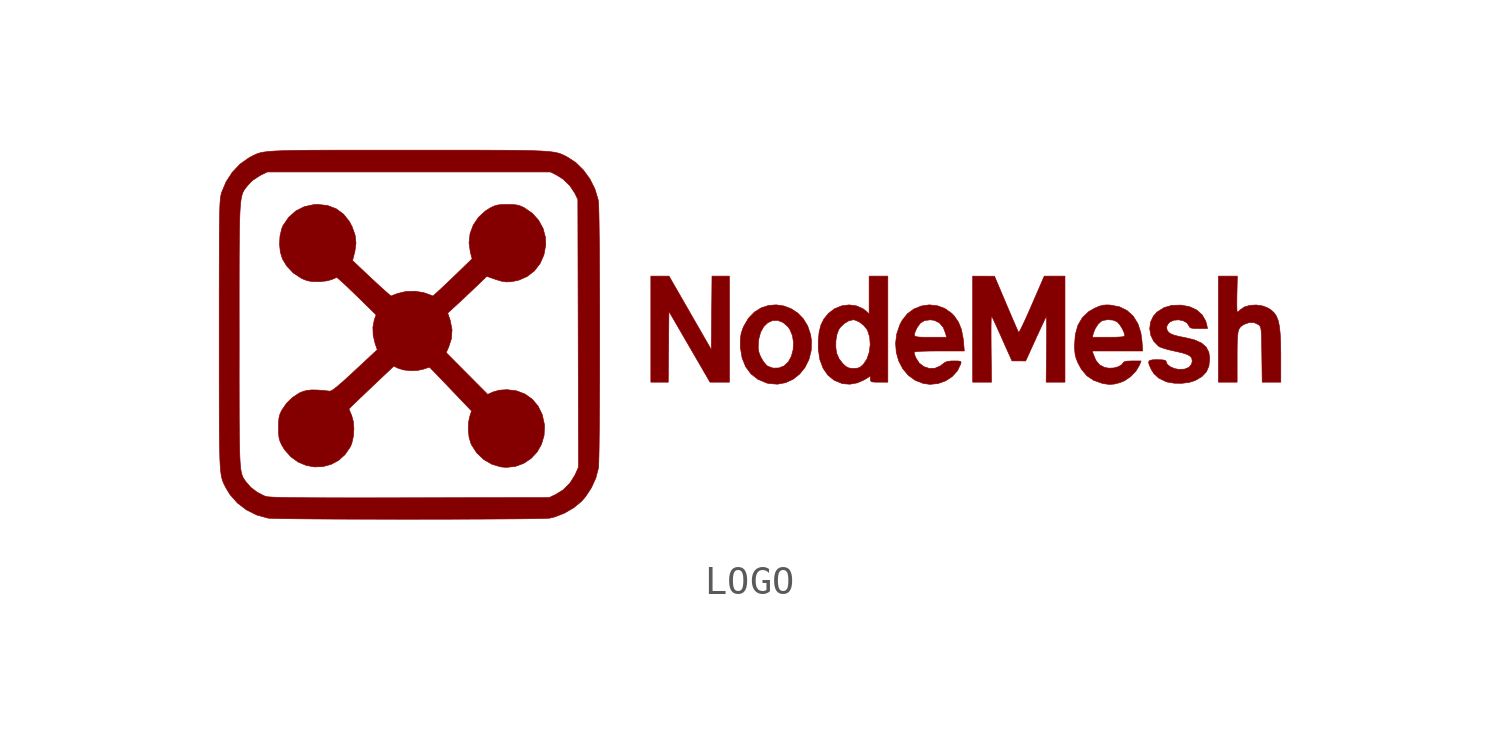
<source format=kicad_sym>
(kicad_symbol_lib
  (version 20220914)
  (generator "bitmap2component")
  (generator_version "9.0")
  (symbol "LOGO"
    (pin_names
      (offset 1.016))
    (property "Reference" "#G"
      (at 0 21.904 0)
      (effects (font (size 1.27 1.27)) hide))
    (symbol "LOGO_0_0"
      (polyline (pts (xy -10.906 -6.157) (xy -10.338 -6.157) (xy -9.787 -6.155) (xy -9.26 -6.153) (xy -8.765 -6.15) (xy -8.308 -6.147) (xy -7.897 -6.144) (xy -7.539 -6.14) (xy -7.24 -6.135) (xy -7.009 -6.13) (xy -6.851 -6.124) (xy -6.774 -6.118) (xy -6.597 -6.074) (xy -6.258 -5.941) (xy -5.936 -5.754) (xy -5.666 -5.532) (xy -5.517 -5.362) (xy -5.31 -5.047) (xy -5.154 -4.702) (xy -5.064 -4.358) (xy -5.058 -4.3) (xy -5.051 -4.149) (xy -5.045 -3.923) (xy -5.039 -3.629) (xy -5.035 -3.274) (xy -5.03 -2.867) (xy -5.027 -2.414) (xy -5.024 -1.923) (xy -5.021 -1.401) (xy -5.019 -0.856) (xy -5.019 -0.295) (xy -5.018 0.274) (xy -5.018 0.844) (xy -5.019 1.408) (xy -5.021 1.958) (xy -5.023 2.487) (xy -5.026 2.987) (xy -5.029 3.451) (xy -5.034 3.872) (xy -5.039 4.242) (xy -5.044 4.553) (xy -5.05 4.798) (xy -5.057 4.971) (xy -5.064 5.062) (xy -5.078 5.137) (xy -5.188 5.5) (xy -5.363 5.847) (xy -5.591 6.162) (xy -5.859 6.426) (xy -6.154 6.62) (xy -6.184 6.636) (xy -6.254 6.672) (xy -6.32 6.704) (xy -6.387 6.732) (xy -6.461 6.757) (xy -6.545 6.778) (xy -6.646 6.797) (xy -6.768 6.813) (xy -6.917 6.826) (xy -7.098 6.837) (xy -7.316 6.846) (xy -7.575 6.853) (xy -7.882 6.858) (xy -8.241 6.862) (xy -8.657 6.864) (xy -9.136 6.866) (xy -9.682 6.867) (xy -10.3 6.867) (xy -10.997 6.867) (xy -11.777 6.867) (xy -12.169 6.867) (xy -12.903 6.867) (xy -13.558 6.867) (xy -14.137 6.867) (xy -14.645 6.866) (xy -15.089 6.864) (xy -15.473 6.861) (xy -15.802 6.856) (xy -16.082 6.851) (xy -16.317 6.843) (xy -16.512 6.834) (xy -16.673 6.822) (xy -16.805 6.808) (xy -16.914 6.792) (xy -17.003 6.772) (xy -17.078 6.75) (xy -17.145 6.724) (xy -17.208 6.694) (xy -17.273 6.661) (xy -17.344 6.624) (xy -17.398 6.595) (xy -17.71 6.374) (xy -17.982 6.087) (xy -18.202 5.75) (xy -18.357 5.38) (xy -18.363 5.36) (xy -18.377 5.312) (xy -18.388 5.26) (xy -18.398 5.198) (xy -18.407 5.12) (xy -18.415 5.022) (xy -18.422 4.898) (xy -18.427 4.744) (xy -18.432 4.553) (xy -18.435 4.321) (xy -18.438 4.042) (xy -18.441 3.712) (xy -18.442 3.325) (xy -18.443 2.876) (xy -18.444 2.36) (xy -18.445 1.771) (xy -18.445 1.105) (xy -18.445 0.355) (xy -18.445 0.215) (xy -18.445 -0.534) (xy -18.445 -1.098) (xy -17.741 -1.098) (xy -17.74 -0.426) (xy -17.74 0.328) (xy -17.74 0.523) (xy -17.741 1.264) (xy -17.741 1.923) (xy -17.74 2.506) (xy -17.739 3.017) (xy -17.737 3.462) (xy -17.733 3.847) (xy -17.728 4.175) (xy -17.721 4.452) (xy -17.712 4.684) (xy -17.7 4.876) (xy -17.686 5.032) (xy -17.668 5.158) (xy -17.647 5.259) (xy -17.623 5.34) (xy -17.594 5.406) (xy -17.561 5.463) (xy -17.524 5.515) (xy -17.481 5.568) (xy -17.434 5.627) (xy -17.279 5.791) (xy -17.006 5.971) (xy -16.75 6.097) (xy -11.754 6.097) (xy -6.757 6.097) (xy -6.551 5.995) (xy -6.31 5.843) (xy -6.072 5.613) (xy -5.895 5.345) (xy -5.789 5.128) (xy -5.777 0.403) (xy -5.766 -4.322) (xy -5.88 -4.577) (xy -5.889 -4.597) (xy -6.066 -4.88) (xy -6.303 -5.118) (xy -6.581 -5.291) (xy -6.801 -5.393) (xy -11.71 -5.401) (xy -12.503 -5.402) (xy -13.214 -5.403) (xy -13.846 -5.403) (xy -14.403 -5.402) (xy -14.889 -5.401) (xy -15.309 -5.399) (xy -15.666 -5.396) (xy -15.966 -5.393) (xy -16.213 -5.388) (xy -16.411 -5.383) (xy -16.564 -5.377) (xy -16.677 -5.37) (xy -16.753 -5.362) (xy -16.799 -5.353) (xy -16.871 -5.326) (xy -17.107 -5.203) (xy -17.324 -5.039) (xy -17.488 -4.857) (xy -17.489 -4.855) (xy -17.528 -4.8) (xy -17.564 -4.749) (xy -17.595 -4.699) (xy -17.622 -4.643) (xy -17.645 -4.577) (xy -17.665 -4.496) (xy -17.683 -4.394) (xy -17.697 -4.266) (xy -17.709 -4.108) (xy -17.718 -3.913) (xy -17.725 -3.676) (xy -17.731 -3.393) (xy -17.735 -3.058) (xy -17.738 -2.667) (xy -17.739 -2.213) (xy -17.74 -1.692) (xy -17.741 -1.098) (xy -18.445 -1.098) (xy -18.445 -1.201) (xy -18.444 -1.791) (xy -18.443 -2.31) (xy -18.442 -2.763) (xy -18.439 -3.154) (xy -18.435 -3.49) (xy -18.429 -3.775) (xy -18.422 -4.015) (xy -18.413 -4.214) (xy -18.401 -4.379) (xy -18.387 -4.514) (xy -18.371 -4.624) (xy -18.351 -4.715) (xy -18.328 -4.792) (xy -18.302 -4.86) (xy -18.273 -4.924) (xy -18.239 -4.99) (xy -18.202 -5.062) (xy -18.064 -5.288) (xy -17.803 -5.584) (xy -17.484 -5.828) (xy -17.121 -6.009) (xy -16.728 -6.118) (xy -16.662 -6.124) (xy -16.511 -6.129) (xy -16.285 -6.135) (xy -15.992 -6.139) (xy -15.638 -6.143) (xy -15.232 -6.147) (xy -14.778 -6.15) (xy -14.286 -6.153) (xy -13.762 -6.155) (xy -13.213 -6.156) (xy -12.645 -6.157) (xy -12.067 -6.158) (xy -11.485 -6.158) (xy -10.906 -6.157)) (stroke (width 0.01) (type default)) (fill (type outline)))
      (polyline (pts (xy 1.545 -1.338) (xy 1.81 -1.215) (xy 2.041 -1.031) (xy 2.23 -0.795) (xy 2.368 -0.515) (xy 2.446 -0.199) (xy 2.455 0.144) (xy 2.423 0.359) (xy 2.321 0.663) (xy 2.165 0.918) (xy 1.965 1.123) (xy 1.732 1.274) (xy 1.477 1.369) (xy 1.209 1.407) (xy 0.941 1.386) (xy 0.682 1.302) (xy 0.443 1.153) (xy 0.234 0.938) (xy 0.067 0.654) (xy 0.022 0.547) (xy -0.027 0.393) (xy -0.051 0.232) (xy -0.056 0.024) (xy -0.052 -0.091) (xy 0.575 -0.091) (xy 0.583 0.089) (xy 0.593 0.187) (xy 0.659 0.439) (xy 0.769 0.637) (xy 0.913 0.777) (xy 1.081 0.853) (xy 1.262 0.859) (xy 1.445 0.79) (xy 1.62 0.641) (xy 1.696 0.536) (xy 1.785 0.318) (xy 1.822 0.074) (xy 1.808 -0.176) (xy 1.746 -0.41) (xy 1.637 -0.608) (xy 1.484 -0.75) (xy 1.303 -0.82) (xy 1.098 -0.825) (xy 0.911 -0.758) (xy 0.855 -0.71) (xy 0.759 -0.593) (xy 0.675 -0.45) (xy 0.628 -0.348) (xy 0.588 -0.224) (xy 0.575 -0.091) (xy -0.052 -0.091) (xy -0.052 -0.109) (xy 0.008 -0.468) (xy 0.133 -0.777) (xy 0.321 -1.03) (xy 0.568 -1.222) (xy 0.871 -1.349) (xy 0.95 -1.368) (xy 1.256 -1.392) (xy 1.545 -1.338)) (stroke (width 0.01) (type default)) (fill (type outline)))
      (polyline (pts (xy 4.077 -1.345) (xy 4.323 -1.235) (xy 4.534 -1.104) (xy 4.534 -1.212) (xy 4.535 -1.24) (xy 4.547 -1.285) (xy 4.589 -1.31) (xy 4.681 -1.319) (xy 4.842 -1.321) (xy 5.15 -1.321) (xy 5.15 0.55) (xy 5.15 2.421) (xy 4.82 2.421) (xy 4.49 2.421) (xy 4.49 1.753) (xy 4.49 1.085) (xy 4.391 1.179) (xy 4.273 1.27) (xy 4.038 1.373) (xy 3.78 1.406) (xy 3.517 1.371) (xy 3.268 1.269) (xy 3.05 1.101) (xy 3.047 1.097) (xy 2.893 0.907) (xy 2.788 0.696) (xy 2.725 0.443) (xy 2.695 0.127) (xy 2.696 -0.091) (xy 3.313 -0.091) (xy 3.317 0.144) (xy 3.354 0.366) (xy 3.421 0.539) (xy 3.474 0.616) (xy 3.612 0.749) (xy 3.77 0.844) (xy 3.918 0.88) (xy 3.991 0.871) (xy 4.147 0.802) (xy 4.298 0.685) (xy 4.414 0.541) (xy 4.439 0.494) (xy 4.51 0.265) (xy 4.528 0.006) (xy 4.496 -0.257) (xy 4.417 -0.496) (xy 4.293 -0.684) (xy 4.287 -0.69) (xy 4.184 -0.784) (xy 4.083 -0.827) (xy 3.941 -0.836) (xy 3.893 -0.836) (xy 3.773 -0.82) (xy 3.676 -0.771) (xy 3.565 -0.67) (xy 3.433 -0.502) (xy 3.345 -0.306) (xy 3.344 -0.303) (xy 3.313 -0.091) (xy 2.696 -0.091) (xy 2.696 -0.16) (xy 2.751 -0.522) (xy 2.865 -0.829) (xy 3.035 -1.075) (xy 3.26 -1.256) (xy 3.537 -1.369) (xy 3.551 -1.373) (xy 3.808 -1.393) (xy 4.077 -1.345)) (stroke (width 0.01) (type default)) (fill (type outline)))
      (polyline (pts (xy 6.929 -1.368) (xy 7.195 -1.272) (xy 7.427 -1.118) (xy 7.609 -0.915) (xy 7.724 -0.671) (xy 7.727 -0.662) (xy 7.734 -0.612) (xy 7.708 -0.585) (xy 7.63 -0.574) (xy 7.481 -0.572) (xy 7.376 -0.574) (xy 7.25 -0.589) (xy 7.156 -0.629) (xy 7.059 -0.704) (xy 6.997 -0.752) (xy 6.807 -0.831) (xy 6.608 -0.836) (xy 6.418 -0.771) (xy 6.254 -0.643) (xy 6.135 -0.455) (xy 6.129 -0.441) (xy 6.091 -0.334) (xy 6.075 -0.266) (xy 6.089 -0.255) (xy 6.182 -0.24) (xy 6.36 -0.229) (xy 6.621 -0.222) (xy 6.962 -0.22) (xy 7.849 -0.22) (xy 7.821 0.099) (xy 7.808 0.225) (xy 7.747 0.539) (xy 7.644 0.795) (xy 7.495 1.013) (xy 7.404 1.107) (xy 7.163 1.278) (xy 6.894 1.377) (xy 6.612 1.407) (xy 6.332 1.367) (xy 6.068 1.261) (xy 5.836 1.089) (xy 5.651 0.852) (xy 5.576 0.71) (xy 5.466 0.386) (xy 5.462 0.361) (xy 6.085 0.361) (xy 6.108 0.44) (xy 6.159 0.555) (xy 6.18 0.6) (xy 6.296 0.763) (xy 6.446 0.853) (xy 6.646 0.879) (xy 6.784 0.863) (xy 6.967 0.774) (xy 7.106 0.613) (xy 7.193 0.385) (xy 7.221 0.264) (xy 6.648 0.264) (xy 6.482 0.264) (xy 6.288 0.268) (xy 6.164 0.281) (xy 6.1 0.309) (xy 6.085 0.361) (xy 5.462 0.361) (xy 5.424 0.057) (xy 5.448 -0.266) (xy 5.533 -0.571) (xy 5.676 -0.845) (xy 5.871 -1.077) (xy 6.115 -1.256) (xy 6.405 -1.368) (xy 6.643 -1.398) (xy 6.929 -1.368)) (stroke (width 0.01) (type default)) (fill (type outline)))
      (polyline (pts (xy 13.131 -1.389) (xy 13.337 -1.339) (xy 13.502 -1.27) (xy 13.718 -1.124) (xy 13.899 -0.938) (xy 14.021 -0.737) (xy 14.088 -0.572) (xy 13.784 -0.572) (xy 13.764 -0.572) (xy 13.595 -0.579) (xy 13.496 -0.599) (xy 13.455 -0.636) (xy 13.407 -0.703) (xy 13.283 -0.776) (xy 13.117 -0.821) (xy 12.934 -0.826) (xy 12.793 -0.799) (xy 12.622 -0.709) (xy 12.492 -0.552) (xy 12.395 -0.319) (xy 12.364 -0.22) (xy 13.254 -0.22) (xy 14.143 -0.22) (xy 14.119 0.13) (xy 14.08 0.419) (xy 13.974 0.744) (xy 13.81 1.008) (xy 13.591 1.208) (xy 13.319 1.34) (xy 12.999 1.4) (xy 12.889 1.405) (xy 12.748 1.396) (xy 12.612 1.359) (xy 12.441 1.285) (xy 12.235 1.166) (xy 12.014 0.955) (xy 11.858 0.687) (xy 11.766 0.36) (xy 11.759 0.264) (xy 12.368 0.264) (xy 12.397 0.385) (xy 12.399 0.396) (xy 12.467 0.568) (xy 12.568 0.724) (xy 12.679 0.828) (xy 12.738 0.856) (xy 12.905 0.885) (xy 13.085 0.872) (xy 13.232 0.816) (xy 13.242 0.809) (xy 13.329 0.715) (xy 13.417 0.578) (xy 13.485 0.434) (xy 13.513 0.319) (xy 13.51 0.308) (xy 13.465 0.287) (xy 13.362 0.274) (xy 13.191 0.266) (xy 12.941 0.264) (xy 12.368 0.264) (xy 11.759 0.264) (xy 11.738 -0.026) (xy 11.74 -0.132) (xy 11.756 -0.32) (xy 11.793 -0.477) (xy 11.86 -0.643) (xy 11.979 -0.862) (xy 12.172 -1.093) (xy 12.413 -1.256) (xy 12.71 -1.361) (xy 12.767 -1.373) (xy 12.957 -1.4) (xy 13.131 -1.389)) (stroke (width 0.01) (type default)) (fill (type outline)))
      (polyline (pts (xy 15.788 -1.328) (xy 16.002 -1.26) (xy 16.233 -1.123) (xy 16.392 -0.956) (xy 16.48 -0.749) (xy 16.508 -0.488) (xy 16.478 -0.265) (xy 16.383 -0.083) (xy 16.22 0.059) (xy 15.982 0.168) (xy 15.665 0.246) (xy 15.431 0.292) (xy 15.247 0.339) (xy 15.124 0.39) (xy 15.048 0.448) (xy 15.005 0.522) (xy 14.998 0.541) (xy 14.99 0.641) (xy 15.046 0.746) (xy 15.108 0.806) (xy 15.248 0.866) (xy 15.411 0.879) (xy 15.572 0.847) (xy 15.704 0.774) (xy 15.781 0.661) (xy 15.806 0.615) (xy 15.857 0.588) (xy 15.955 0.575) (xy 16.12 0.572) (xy 16.431 0.572) (xy 16.403 0.71) (xy 16.368 0.835) (xy 16.241 1.056) (xy 16.049 1.227) (xy 15.796 1.343) (xy 15.492 1.399) (xy 15.176 1.39) (xy 14.896 1.309) (xy 14.651 1.153) (xy 14.523 1.012) (xy 14.422 0.8) (xy 14.391 0.569) (xy 14.428 0.337) (xy 14.532 0.124) (xy 14.704 -0.052) (xy 14.748 -0.076) (xy 14.877 -0.125) (xy 15.054 -0.176) (xy 15.252 -0.222) (xy 15.315 -0.235) (xy 15.554 -0.291) (xy 15.719 -0.346) (xy 15.823 -0.406) (xy 15.876 -0.479) (xy 15.892 -0.57) (xy 15.87 -0.682) (xy 15.779 -0.795) (xy 15.625 -0.86) (xy 15.418 -0.87) (xy 15.269 -0.842) (xy 15.115 -0.776) (xy 15.008 -0.687) (xy 14.967 -0.587) (xy 14.966 -0.581) (xy 14.931 -0.55) (xy 14.833 -0.533) (xy 14.659 -0.528) (xy 14.507 -0.531) (xy 14.394 -0.552) (xy 14.351 -0.606) (xy 14.371 -0.705) (xy 14.443 -0.866) (xy 14.537 -1.018) (xy 14.711 -1.178) (xy 14.954 -1.297) (xy 15.019 -1.318) (xy 15.26 -1.358) (xy 15.529 -1.361) (xy 15.788 -1.328)) (stroke (width 0.01) (type default)) (fill (type outline)))
      (polyline (pts (xy -2.587 -0.072) (xy -2.575 1.177) (xy -1.85 -0.072) (xy -1.125 -1.321) (xy -0.783 -1.321) (xy -0.44 -1.321) (xy -0.44 0.55) (xy -0.44 2.421) (xy -0.748 2.421) (xy -1.055 2.421) (xy -1.067 1.123) (xy -1.079 -0.175) (xy -1.825 1.123) (xy -2.571 2.421) (xy -2.892 2.421) (xy -3.213 2.421) (xy -3.213 0.55) (xy -3.213 -1.321) (xy -2.906 -1.321) (xy -2.599 -1.321) (xy -2.587 -0.072)) (stroke (width 0.01) (type default)) (fill (type outline)))
      (polyline (pts (xy 8.795 -0.134) (xy 8.795 -0.118) (xy 8.793 0.191) (xy 8.792 0.468) (xy 8.793 0.7) (xy 8.797 0.877) (xy 8.802 0.988) (xy 8.808 1.021) (xy 8.809 1.02) (xy 8.837 0.965) (xy 8.894 0.844) (xy 8.975 0.669) (xy 9.073 0.454) (xy 9.182 0.21) (xy 9.53 -0.57) (xy 9.773 -0.571) (xy 10.015 -0.572) (xy 10.367 0.202) (xy 10.377 0.225) (xy 10.487 0.464) (xy 10.584 0.672) (xy 10.662 0.837) (xy 10.717 0.948) (xy 10.741 0.99) (xy 10.746 0.954) (xy 10.75 0.84) (xy 10.753 0.661) (xy 10.754 0.427) (xy 10.753 0.15) (xy 10.75 -0.158) (xy 10.737 -1.321) (xy 11.069 -1.321) (xy 11.401 -1.321) (xy 11.401 0.55) (xy 11.401 2.421) (xy 11.036 2.421) (xy 10.67 2.421) (xy 10.232 1.411) (xy 10.133 1.184) (xy 10.021 0.934) (xy 9.923 0.723) (xy 9.845 0.562) (xy 9.792 0.462) (xy 9.768 0.432) (xy 9.755 0.456) (xy 9.711 0.553) (xy 9.641 0.711) (xy 9.551 0.919) (xy 9.445 1.167) (xy 9.328 1.441) (xy 8.914 2.419) (xy 8.529 2.42) (xy 8.144 2.421) (xy 8.144 0.55) (xy 8.144 -1.321) (xy 8.476 -1.321) (xy 8.808 -1.321) (xy 8.795 -0.134)) (stroke (width 0.01) (type default)) (fill (type outline)))
      (polyline (pts (xy 17.476 -0.428) (xy 17.477 -0.115) (xy 17.482 0.138) (xy 17.493 0.327) (xy 17.513 0.464) (xy 17.545 0.56) (xy 17.592 0.627) (xy 17.656 0.679) (xy 17.741 0.727) (xy 17.892 0.78) (xy 18.076 0.78) (xy 18.231 0.708) (xy 18.232 0.707) (xy 18.266 0.677) (xy 18.291 0.642) (xy 18.31 0.589) (xy 18.323 0.507) (xy 18.332 0.384) (xy 18.339 0.208) (xy 18.343 -0.032) (xy 18.348 -0.348) (xy 18.361 -1.321) (xy 18.689 -1.321) (xy 19.017 -1.321) (xy 19.017 -0.42) (xy 19.017 -0.319) (xy 19.011 0.079) (xy 18.995 0.401) (xy 18.967 0.658) (xy 18.923 0.859) (xy 18.86 1.015) (xy 18.776 1.135) (xy 18.669 1.23) (xy 18.534 1.31) (xy 18.375 1.369) (xy 18.15 1.403) (xy 17.926 1.39) (xy 17.73 1.332) (xy 17.586 1.232) (xy 17.526 1.174) (xy 17.48 1.145) (xy 17.477 1.152) (xy 17.47 1.226) (xy 17.466 1.367) (xy 17.466 1.557) (xy 17.469 1.783) (xy 17.484 2.421) (xy 17.15 2.421) (xy 16.816 2.421) (xy 16.816 0.55) (xy 16.816 -1.321) (xy 17.146 -1.321) (xy 17.476 -1.321) (xy 17.476 -0.428)) (stroke (width 0.01) (type default)) (fill (type outline)))
      (polyline (pts (xy -7.99 -4.293) (xy -7.696 -4.185) (xy -7.439 -4.013) (xy -7.227 -3.786) (xy -7.072 -3.513) (xy -6.981 -3.203) (xy -6.965 -2.866) (xy -6.971 -2.803) (xy -7.047 -2.462) (xy -7.192 -2.166) (xy -7.397 -1.923) (xy -7.654 -1.74) (xy -7.956 -1.625) (xy -8.294 -1.586) (xy -8.564 -1.605) (xy -8.788 -1.669) (xy -8.97 -1.752) (xy -9.702 -1.016) (xy -10.435 -0.279) (xy -10.347 -0.081) (xy -10.252 0.21) (xy -10.229 0.535) (xy -10.292 0.855) (xy -10.381 1.117) (xy -10.044 1.427) (xy -9.966 1.498) (xy -9.762 1.689) (xy -9.547 1.892) (xy -9.354 2.076) (xy -9.002 2.414) (xy -8.694 2.306) (xy -8.692 2.305) (xy -8.487 2.243) (xy -8.319 2.217) (xy -8.15 2.223) (xy -7.883 2.275) (xy -7.578 2.408) (xy -7.322 2.607) (xy -7.122 2.865) (xy -6.986 3.172) (xy -6.922 3.521) (xy -6.931 3.784) (xy -7.015 4.101) (xy -7.173 4.391) (xy -7.397 4.64) (xy -7.68 4.835) (xy -7.806 4.894) (xy -7.928 4.93) (xy -8.074 4.947) (xy -8.276 4.951) (xy -8.477 4.947) (xy -8.622 4.93) (xy -8.743 4.895) (xy -8.87 4.835) (xy -9.047 4.725) (xy -9.296 4.496) (xy -9.48 4.224) (xy -9.593 3.92) (xy -9.629 3.596) (xy -9.583 3.266) (xy -9.52 3.033) (xy -10.01 2.558) (xy -10.078 2.492) (xy -10.267 2.31) (xy -10.445 2.14) (xy -10.596 1.998) (xy -10.7 1.902) (xy -10.902 1.72) (xy -11.13 1.806) (xy -11.24 1.841) (xy -11.547 1.889) (xy -11.865 1.877) (xy -12.157 1.806) (xy -12.385 1.719) (xy -12.609 1.915) (xy -12.622 1.927) (xy -12.747 2.039) (xy -12.912 2.192) (xy -13.099 2.365) (xy -13.286 2.541) (xy -13.74 2.971) (xy -13.667 3.253) (xy -13.656 3.296) (xy -13.618 3.589) (xy -13.649 3.867) (xy -13.753 4.162) (xy -13.851 4.348) (xy -14.06 4.61) (xy -14.318 4.799) (xy -14.621 4.913) (xy -14.967 4.951) (xy -15.106 4.945) (xy -15.443 4.872) (xy -15.74 4.722) (xy -15.992 4.498) (xy -16.192 4.207) (xy -16.24 4.093) (xy -16.3 3.835) (xy -16.316 3.55) (xy -16.288 3.271) (xy -16.215 3.032) (xy -16.065 2.781) (xy -15.83 2.531) (xy -15.547 2.346) (xy -15.466 2.308) (xy -15.319 2.256) (xy -15.167 2.232) (xy -14.967 2.227) (xy -14.877 2.229) (xy -14.642 2.254) (xy -14.467 2.303) (xy -14.296 2.377) (xy -14.136 2.24) (xy -14.088 2.196) (xy -13.97 2.087) (xy -13.814 1.938) (xy -13.633 1.764) (xy -13.443 1.578) (xy -12.909 1.054) (xy -12.968 0.89) (xy -12.973 0.874) (xy -13.021 0.62) (xy -13.012 0.335) (xy -12.947 0.055) (xy -12.868 -0.176) (xy -13.658 -0.913) (xy -13.867 -1.107) (xy -14.096 -1.314) (xy -14.273 -1.466) (xy -14.402 -1.568) (xy -14.491 -1.625) (xy -14.543 -1.639) (xy -14.697 -1.621) (xy -14.965 -1.599) (xy -15.174 -1.595) (xy -15.341 -1.611) (xy -15.486 -1.648) (xy -15.616 -1.702) (xy -15.857 -1.859) (xy -16.071 -2.068) (xy -16.234 -2.306) (xy -16.252 -2.339) (xy -16.305 -2.459) (xy -16.335 -2.576) (xy -16.349 -2.723) (xy -16.353 -2.927) (xy -16.353 -2.983) (xy -16.347 -3.171) (xy -16.33 -3.307) (xy -16.294 -3.422) (xy -16.236 -3.544) (xy -16.136 -3.707) (xy -15.917 -3.955) (xy -15.661 -4.139) (xy -15.379 -4.258) (xy -15.083 -4.312) (xy -14.786 -4.3) (xy -14.498 -4.223) (xy -14.233 -4.081) (xy -14.001 -3.872) (xy -13.815 -3.598) (xy -13.767 -3.482) (xy -13.711 -3.236) (xy -13.692 -2.966) (xy -13.713 -2.705) (xy -13.773 -2.489) (xy -13.809 -2.408) (xy -13.85 -2.309) (xy -13.867 -2.265) (xy -13.848 -2.245) (xy -13.774 -2.171) (xy -13.65 -2.052) (xy -13.487 -1.895) (xy -13.292 -1.71) (xy -13.075 -1.503) (xy -12.283 -0.754) (xy -12.146 -0.823) (xy -12.131 -0.83) (xy -11.935 -0.889) (xy -11.697 -0.915) (xy -11.454 -0.908) (xy -11.244 -0.864) (xy -11.168 -0.838) (xy -11.068 -0.805) (xy -11.025 -0.792) (xy -11.008 -0.808) (xy -10.938 -0.879) (xy -10.821 -0.999) (xy -10.667 -1.159) (xy -10.483 -1.35) (xy -10.278 -1.565) (xy -9.54 -2.337) (xy -9.601 -2.522) (xy -9.646 -2.735) (xy -9.656 -3.001) (xy -9.628 -3.265) (xy -9.562 -3.487) (xy -9.54 -3.537) (xy -9.356 -3.818) (xy -9.112 -4.049) (xy -8.824 -4.217) (xy -8.508 -4.311) (xy -8.311 -4.328) (xy -7.99 -4.293)) (stroke (width 0.01) (type default)) (fill (type outline))))))
</source>
